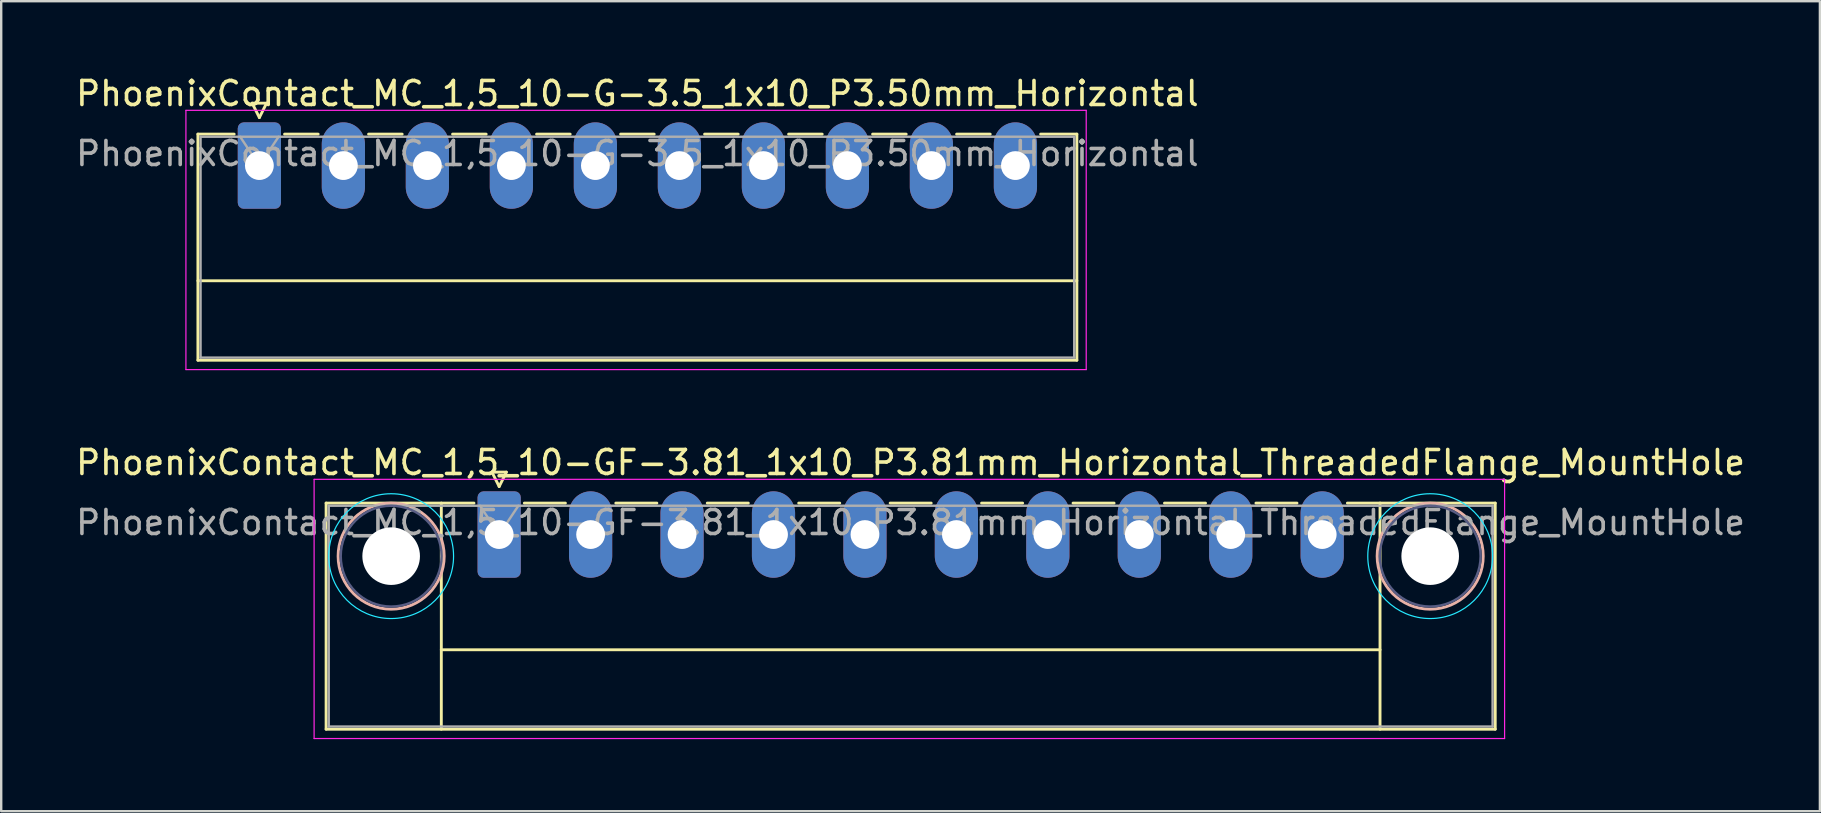
<source format=kicad_pcb>
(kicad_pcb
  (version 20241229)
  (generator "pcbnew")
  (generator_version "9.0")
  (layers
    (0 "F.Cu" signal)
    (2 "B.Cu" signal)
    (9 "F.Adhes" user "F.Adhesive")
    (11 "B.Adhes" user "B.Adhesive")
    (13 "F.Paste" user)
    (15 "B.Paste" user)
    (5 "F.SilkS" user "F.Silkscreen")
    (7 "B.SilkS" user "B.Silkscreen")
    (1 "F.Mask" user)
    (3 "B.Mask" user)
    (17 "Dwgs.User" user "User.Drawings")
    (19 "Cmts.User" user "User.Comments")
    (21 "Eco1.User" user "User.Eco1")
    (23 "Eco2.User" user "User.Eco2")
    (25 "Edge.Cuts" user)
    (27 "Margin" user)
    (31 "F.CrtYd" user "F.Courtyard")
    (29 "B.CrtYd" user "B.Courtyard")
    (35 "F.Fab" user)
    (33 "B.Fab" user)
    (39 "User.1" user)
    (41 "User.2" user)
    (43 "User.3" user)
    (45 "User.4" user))
  (footprint "PhoenixContact_MC_1,5_10-GF-3.81_1x10_P3.81mm_Horizontal_ThreadedFlange_MountHole"
    (layer "F.Cu")
    (at 17.747 19.221)
    (property "Reference" "PhoenixContact_MC_1,5_10-GF-3.81_1x10_P3.81mm_Horizontal_ThreadedFlange_MountHole" (at 17.14 -3 0) (layer "F.SilkS") (effects (font (size 1 1) (thickness 0.15))))
    (attr through_hole)
    (fp_line (start -7.21 -1.31) (end -7.21 8.11) (stroke (width 0.12) (type solid)) (layer "F.SilkS"))
    (fp_line (start -7.21 -1.31) (end -1.05 -1.31) (stroke (width 0.12) (type solid)) (layer "F.SilkS"))
    (fp_line (start -7.21 8.11) (end 41.5 8.11) (stroke (width 0.12) (type solid)) (layer "F.SilkS"))
    (fp_line (start -2.41 -1.31) (end -2.41 8.11) (stroke (width 0.12) (type solid)) (layer "F.SilkS"))
    (fp_line (start -2.41 4.8) (end 36.7 4.8) (stroke (width 0.12) (type solid)) (layer "F.SilkS"))
    (fp_line (start -0.3 -2.6) (end 0.3 -2.6) (stroke (width 0.12) (type solid)) (layer "F.SilkS"))
    (fp_line (start 0 -2) (end -0.3 -2.6) (stroke (width 0.12) (type solid)) (layer "F.SilkS"))
    (fp_line (start 0.3 -2.6) (end 0 -2) (stroke (width 0.12) (type solid)) (layer "F.SilkS"))
    (fp_line (start 1.05 -1.31) (end 2.76 -1.31) (stroke (width 0.12) (type solid)) (layer "F.SilkS"))
    (fp_line (start 4.86 -1.31) (end 6.57 -1.31) (stroke (width 0.12) (type solid)) (layer "F.SilkS"))
    (fp_line (start 8.67 -1.31) (end 10.38 -1.31) (stroke (width 0.12) (type solid)) (layer "F.SilkS"))
    (fp_line (start 12.48 -1.31) (end 14.19 -1.31) (stroke (width 0.12) (type solid)) (layer "F.SilkS"))
    (fp_line (start 16.29 -1.31) (end 18 -1.31) (stroke (width 0.12) (type solid)) (layer "F.SilkS"))
    (fp_line (start 20.1 -1.31) (end 21.81 -1.31) (stroke (width 0.12) (type solid)) (layer "F.SilkS"))
    (fp_line (start 23.91 -1.31) (end 25.62 -1.31) (stroke (width 0.12) (type solid)) (layer "F.SilkS"))
    (fp_line (start 27.72 -1.31) (end 29.43 -1.31) (stroke (width 0.12) (type solid)) (layer "F.SilkS"))
    (fp_line (start 31.53 -1.31) (end 33.24 -1.31) (stroke (width 0.12) (type solid)) (layer "F.SilkS"))
    (fp_line (start 36.7 -1.31) (end 36.7 8.11) (stroke (width 0.12) (type solid)) (layer "F.SilkS"))
    (fp_line (start 41.5 -1.31) (end 35.34 -1.31) (stroke (width 0.12) (type solid)) (layer "F.SilkS"))
    (fp_line (start 41.5 8.11) (end 41.5 -1.31) (stroke (width 0.12) (type solid)) (layer "F.SilkS"))
    (fp_circle (center -4.5 0.9) (end -2.29 0.9) (stroke (width 0.12) (type solid)) (fill no) (layer "B.SilkS"))
    (fp_circle (center 38.79 0.9) (end 41 0.9) (stroke (width 0.12) (type solid)) (fill no) (layer "B.SilkS"))
    (fp_circle (center -4.5 0.9) (end -1.9 0.9) (stroke (width 0.05) (type solid)) (fill no) (layer "B.CrtYd"))
    (fp_circle (center 38.79 0.9) (end 41.39 0.9) (stroke (width 0.05) (type solid)) (fill no) (layer "B.CrtYd"))
    (fp_line (start -7.71 -2.3) (end -7.71 8.5) (stroke (width 0.05) (type solid)) (layer "F.CrtYd"))
    (fp_line (start -7.71 8.5) (end 41.89 8.5) (stroke (width 0.05) (type solid)) (layer "F.CrtYd"))
    (fp_line (start 41.89 -2.3) (end -7.71 -2.3) (stroke (width 0.05) (type solid)) (layer "F.CrtYd"))
    (fp_line (start 41.89 8.5) (end 41.89 -2.3) (stroke (width 0.05) (type solid)) (layer "F.CrtYd"))
    (fp_circle (center -4.5 0.9) (end -2.4 0.9) (stroke (width 0.1) (type solid)) (fill no) (layer "B.Fab"))
    (fp_circle (center 38.79 0.9) (end 40.89 0.9) (stroke (width 0.1) (type solid)) (fill no) (layer "B.Fab"))
    (fp_line (start -7.1 -1.2) (end -7.1 8) (stroke (width 0.1) (type solid)) (layer "F.Fab"))
    (fp_line (start -7.1 8) (end 41.39 8) (stroke (width 0.1) (type solid)) (layer "F.Fab"))
    (fp_line (start 0 0) (end -0.8 -1.2) (stroke (width 0.1) (type solid)) (layer "F.Fab"))
    (fp_line (start 0.8 -1.2) (end 0 0) (stroke (width 0.1) (type solid)) (layer "F.Fab"))
    (fp_line (start 41.39 -1.2) (end -7.1 -1.2) (stroke (width 0.1) (type solid)) (layer "F.Fab"))
    (fp_line (start 41.39 8) (end 41.39 -1.2) (stroke (width 0.1) (type solid)) (layer "F.Fab"))
    (fp_text user "${REFERENCE}" (at 17.14 -0.5 0) (layer "F.Fab") (effects (font (size 1 1) (thickness 0.15))))
    (pad "" np_thru_hole circle (at -4.5 0.9) (size 2.4 2.4) (drill 2.4) (layers "*.Cu" "*.Mask"))
    (pad "" np_thru_hole circle (at 38.79 0.9) (size 2.4 2.4) (drill 2.4) (layers "*.Cu" "*.Mask"))
    (pad "1" thru_hole roundrect (at 0 0) (size 1.8 3.6) (drill 1.2) (layers "*.Cu" "*.Mask") (roundrect_rratio 0.139))
    (pad "2" thru_hole oval (at 3.81 0) (size 1.8 3.6) (drill 1.2) (layers "*.Cu" "*.Mask"))
    (pad "3" thru_hole oval (at 7.62 0) (size 1.8 3.6) (drill 1.2) (layers "*.Cu" "*.Mask"))
    (pad "4" thru_hole oval (at 11.43 0) (size 1.8 3.6) (drill 1.2) (layers "*.Cu" "*.Mask"))
    (pad "5" thru_hole oval (at 15.24 0) (size 1.8 3.6) (drill 1.2) (layers "*.Cu" "*.Mask"))
    (pad "6" thru_hole oval (at 19.05 0) (size 1.8 3.6) (drill 1.2) (layers "*.Cu" "*.Mask"))
    (pad "7" thru_hole oval (at 22.86 0) (size 1.8 3.6) (drill 1.2) (layers "*.Cu" "*.Mask"))
    (pad "8" thru_hole oval (at 26.67 0) (size 1.8 3.6) (drill 1.2) (layers "*.Cu" "*.Mask"))
    (pad "9" thru_hole oval (at 30.48 0) (size 1.8 3.6) (drill 1.2) (layers "*.Cu" "*.Mask"))
    (pad "10" thru_hole oval (at 34.29 0) (size 1.8 3.6) (drill 1.2) (layers "*.Cu" "*.Mask")))
  (footprint "PhoenixContact_MC_1,5_10-G-3.5_1x10_P3.50mm_Horizontal"
    (layer "F.Cu")
    (at 7.756 3.848)
    (property "Reference" "PhoenixContact_MC_1,5_10-G-3.5_1x10_P3.50mm_Horizontal" (at 15.75 -3 0) (layer "F.SilkS") (effects (font (size 1 1) (thickness 0.15))))
    (attr through_hole)
    (fp_line (start -2.56 -1.31) (end -2.56 8.11) (stroke (width 0.12) (type solid)) (layer "F.SilkS"))
    (fp_line (start -2.56 -1.31) (end -1.05 -1.31) (stroke (width 0.12) (type solid)) (layer "F.SilkS"))
    (fp_line (start -2.56 4.8) (end 34.06 4.8) (stroke (width 0.12) (type solid)) (layer "F.SilkS"))
    (fp_line (start -2.56 8.11) (end 34.06 8.11) (stroke (width 0.12) (type solid)) (layer "F.SilkS"))
    (fp_line (start -0.3 -2.6) (end 0.3 -2.6) (stroke (width 0.12) (type solid)) (layer "F.SilkS"))
    (fp_line (start 0 -2) (end -0.3 -2.6) (stroke (width 0.12) (type solid)) (layer "F.SilkS"))
    (fp_line (start 0.3 -2.6) (end 0 -2) (stroke (width 0.12) (type solid)) (layer "F.SilkS"))
    (fp_line (start 1.05 -1.31) (end 2.45 -1.31) (stroke (width 0.12) (type solid)) (layer "F.SilkS"))
    (fp_line (start 4.55 -1.31) (end 5.95 -1.31) (stroke (width 0.12) (type solid)) (layer "F.SilkS"))
    (fp_line (start 8.05 -1.31) (end 9.45 -1.31) (stroke (width 0.12) (type solid)) (layer "F.SilkS"))
    (fp_line (start 11.55 -1.31) (end 12.95 -1.31) (stroke (width 0.12) (type solid)) (layer "F.SilkS"))
    (fp_line (start 15.05 -1.31) (end 16.45 -1.31) (stroke (width 0.12) (type solid)) (layer "F.SilkS"))
    (fp_line (start 18.55 -1.31) (end 19.95 -1.31) (stroke (width 0.12) (type solid)) (layer "F.SilkS"))
    (fp_line (start 22.05 -1.31) (end 23.45 -1.31) (stroke (width 0.12) (type solid)) (layer "F.SilkS"))
    (fp_line (start 25.55 -1.31) (end 26.95 -1.31) (stroke (width 0.12) (type solid)) (layer "F.SilkS"))
    (fp_line (start 29.05 -1.31) (end 30.45 -1.31) (stroke (width 0.12) (type solid)) (layer "F.SilkS"))
    (fp_line (start 34.06 -1.31) (end 32.55 -1.31) (stroke (width 0.12) (type solid)) (layer "F.SilkS"))
    (fp_line (start 34.06 8.11) (end 34.06 -1.31) (stroke (width 0.12) (type solid)) (layer "F.SilkS"))
    (fp_line (start -3.06 -2.3) (end -3.06 8.5) (stroke (width 0.05) (type solid)) (layer "F.CrtYd"))
    (fp_line (start -3.06 8.5) (end 34.45 8.5) (stroke (width 0.05) (type solid)) (layer "F.CrtYd"))
    (fp_line (start 34.45 -2.3) (end -3.06 -2.3) (stroke (width 0.05) (type solid)) (layer "F.CrtYd"))
    (fp_line (start 34.45 8.5) (end 34.45 -2.3) (stroke (width 0.05) (type solid)) (layer "F.CrtYd"))
    (fp_line (start -2.45 -1.2) (end -2.45 8) (stroke (width 0.1) (type solid)) (layer "F.Fab"))
    (fp_line (start -2.45 8) (end 33.95 8) (stroke (width 0.1) (type solid)) (layer "F.Fab"))
    (fp_line (start 0 0) (end -0.8 -1.2) (stroke (width 0.1) (type solid)) (layer "F.Fab"))
    (fp_line (start 0.8 -1.2) (end 0 0) (stroke (width 0.1) (type solid)) (layer "F.Fab"))
    (fp_line (start 33.95 -1.2) (end -2.45 -1.2) (stroke (width 0.1) (type solid)) (layer "F.Fab"))
    (fp_line (start 33.95 8) (end 33.95 -1.2) (stroke (width 0.1) (type solid)) (layer "F.Fab"))
    (fp_text user "${REFERENCE}" (at 15.75 -0.5 0) (layer "F.Fab") (effects (font (size 1 1) (thickness 0.15))))
    (pad "1" thru_hole roundrect (at 0 0) (size 1.8 3.6) (drill 1.2) (layers "*.Cu" "*.Mask") (roundrect_rratio 0.139))
    (pad "2" thru_hole oval (at 3.5 0) (size 1.8 3.6) (drill 1.2) (layers "*.Cu" "*.Mask"))
    (pad "3" thru_hole oval (at 7 0) (size 1.8 3.6) (drill 1.2) (layers "*.Cu" "*.Mask"))
    (pad "4" thru_hole oval (at 10.5 0) (size 1.8 3.6) (drill 1.2) (layers "*.Cu" "*.Mask"))
    (pad "5" thru_hole oval (at 14 0) (size 1.8 3.6) (drill 1.2) (layers "*.Cu" "*.Mask"))
    (pad "6" thru_hole oval (at 17.5 0) (size 1.8 3.6) (drill 1.2) (layers "*.Cu" "*.Mask"))
    (pad "7" thru_hole oval (at 21 0) (size 1.8 3.6) (drill 1.2) (layers "*.Cu" "*.Mask"))
    (pad "8" thru_hole oval (at 24.5 0) (size 1.8 3.6) (drill 1.2) (layers "*.Cu" "*.Mask"))
    (pad "9" thru_hole oval (at 28 0) (size 1.8 3.6) (drill 1.2) (layers "*.Cu" "*.Mask"))
    (pad "10" thru_hole oval (at 31.5 0) (size 1.8 3.6) (drill 1.2) (layers "*.Cu" "*.Mask")))
  (gr_rect
    (start -3 -3)
    (end 72.774 30.747)
    (stroke (width 0.1) (type default))
    (fill no)
    (layer "Edge.Cuts")))
</source>
